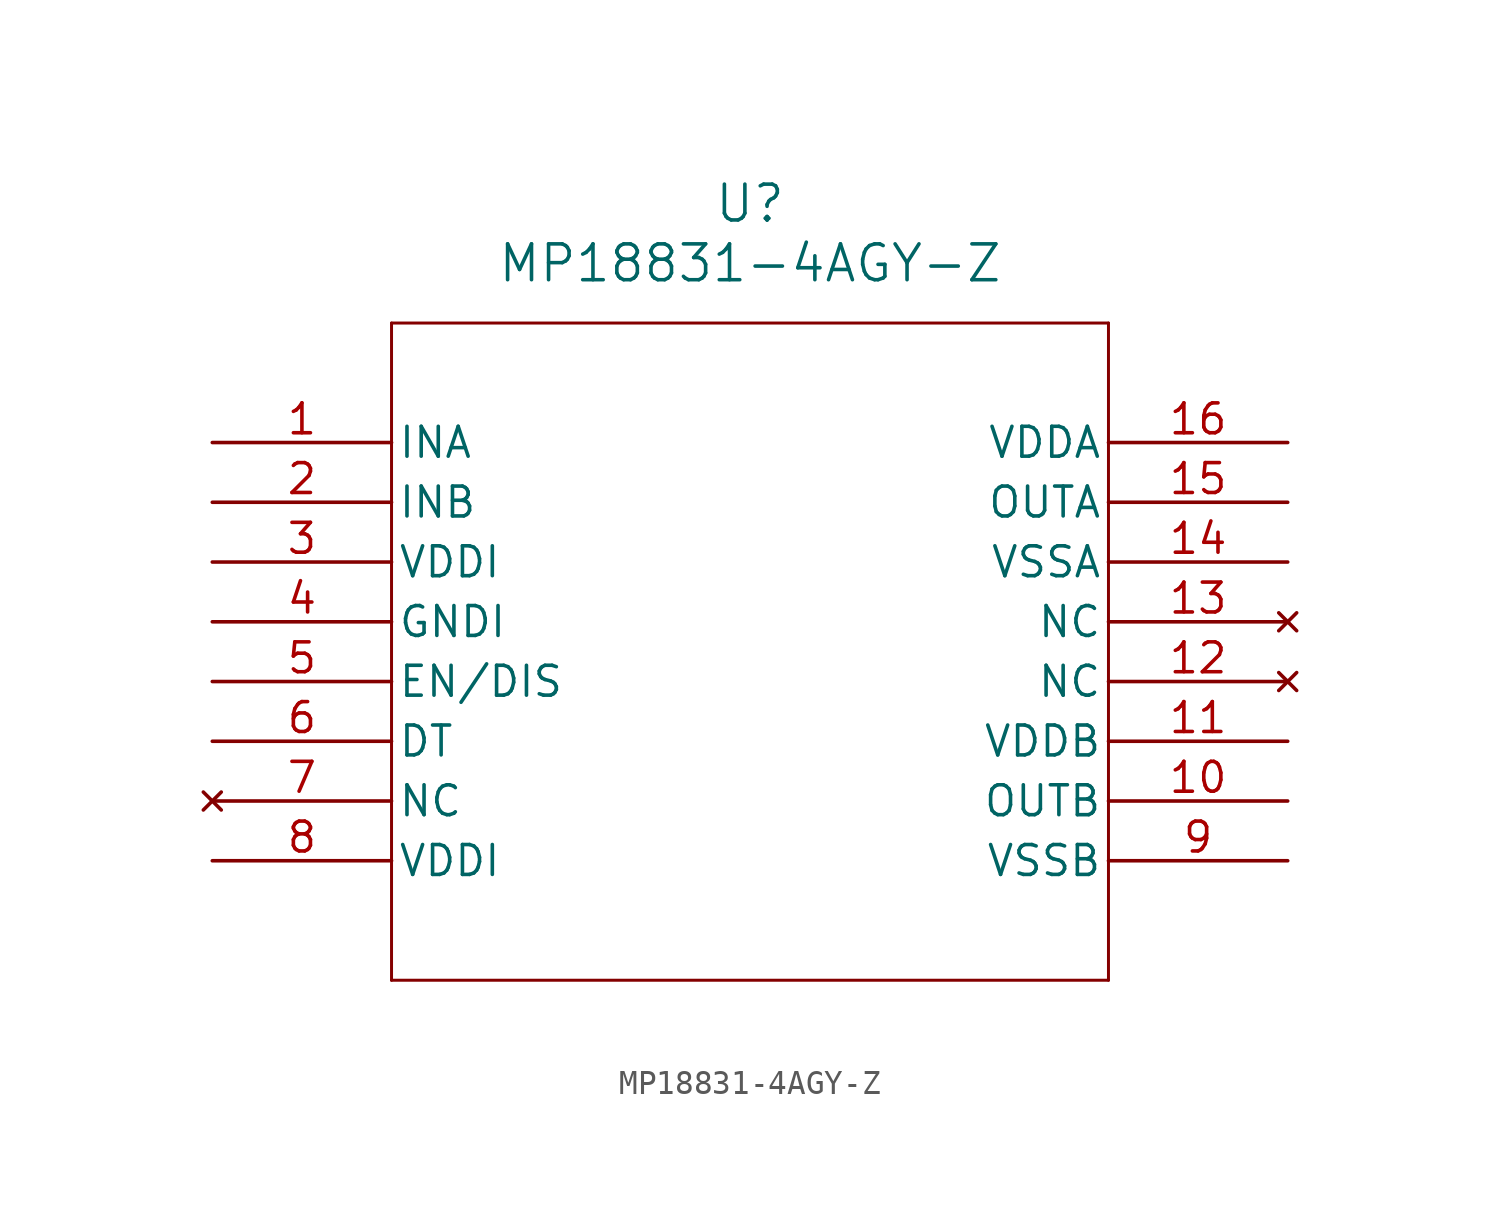
<source format=kicad_sym>
(kicad_symbol_lib
  (version 20211014)
  (generator kicad_symbol_editor)
  (symbol "MP18831-4AGY-Z"
    (pin_names
      (offset 0.254))
    (property "Reference" "U"
      (at 22.86 10.16 0)
      (effects (font (size 1.524 1.524))))
    (property "Value" "MP18831-4AGY-Z"
      (at 22.86 7.62 0)
      (effects (font (size 1.524 1.524))))
    (symbol "MP18831-4AGY-Z_0_1"
      (polyline (pts (xy 7.62 5.08) (xy 7.62 -22.86)) (stroke (width 0.127) (type default) (color 0 0 0 0)) (fill (type none)))
      (polyline (pts (xy 7.62 -22.86) (xy 38.1 -22.86)) (stroke (width 0.127) (type default) (color 0 0 0 0)) (fill (type none)))
      (polyline (pts (xy 38.1 -22.86) (xy 38.1 5.08)) (stroke (width 0.127) (type default) (color 0 0 0 0)) (fill (type none)))
      (polyline (pts (xy 38.1 5.08) (xy 7.62 5.08)) (stroke (width 0.127) (type default) (color 0 0 0 0)) (fill (type none)))
      (pin input line (at 0 0 0) (length 7.62) (name "INA" (effects (font (size 1.27 1.27)))) (number "1" (effects (font (size 1.27 1.27)))))
      (pin input line (at 0 -2.54 0) (length 7.62) (name "INB" (effects (font (size 1.27 1.27)))) (number "2" (effects (font (size 1.27 1.27)))))
      (pin power_in line (at 0 -5.08 0) (length 7.62) (name "VDDI" (effects (font (size 1.27 1.27)))) (number "3" (effects (font (size 1.27 1.27)))))
      (pin power_in line (at 0 -7.62 0) (length 7.62) (name "GNDI" (effects (font (size 1.27 1.27)))) (number "4" (effects (font (size 1.27 1.27)))))
      (pin input line (at 0 -10.16 0) (length 7.62) (name "EN/DIS" (effects (font (size 1.27 1.27)))) (number "5" (effects (font (size 1.27 1.27)))))
      (pin input line (at 0 -12.7 0) (length 7.62) (name "DT" (effects (font (size 1.27 1.27)))) (number "6" (effects (font (size 1.27 1.27)))))
      (pin no_connect line (at 0 -15.24 0) (length 7.62) (name "NC" (effects (font (size 1.27 1.27)))) (number "7" (effects (font (size 1.27 1.27)))))
      (pin power_in line (at 0 -17.78 0) (length 7.62) (name "VDDI" (effects (font (size 1.27 1.27)))) (number "8" (effects (font (size 1.27 1.27)))))
      (pin power_in line (at 45.72 -17.78 180) (length 7.62) (name "VSSB" (effects (font (size 1.27 1.27)))) (number "9" (effects (font (size 1.27 1.27)))))
      (pin output line (at 45.72 -15.24 180) (length 7.62) (name "OUTB" (effects (font (size 1.27 1.27)))) (number "10" (effects (font (size 1.27 1.27)))))
      (pin power_in line (at 45.72 -12.7 180) (length 7.62) (name "VDDB" (effects (font (size 1.27 1.27)))) (number "11" (effects (font (size 1.27 1.27)))))
      (pin no_connect line (at 45.72 -10.16 180) (length 7.62) (name "NC" (effects (font (size 1.27 1.27)))) (number "12" (effects (font (size 1.27 1.27)))))
      (pin no_connect line (at 45.72 -7.62 180) (length 7.62) (name "NC" (effects (font (size 1.27 1.27)))) (number "13" (effects (font (size 1.27 1.27)))))
      (pin power_in line (at 45.72 -5.08 180) (length 7.62) (name "VSSA" (effects (font (size 1.27 1.27)))) (number "14" (effects (font (size 1.27 1.27)))))
      (pin output line (at 45.72 -2.54 180) (length 7.62) (name "OUTA" (effects (font (size 1.27 1.27)))) (number "15" (effects (font (size 1.27 1.27)))))
      (pin power_in line (at 45.72 0 180) (length 7.62) (name "VDDA" (effects (font (size 1.27 1.27)))) (number "16" (effects (font (size 1.27 1.27))))))))
</source>
